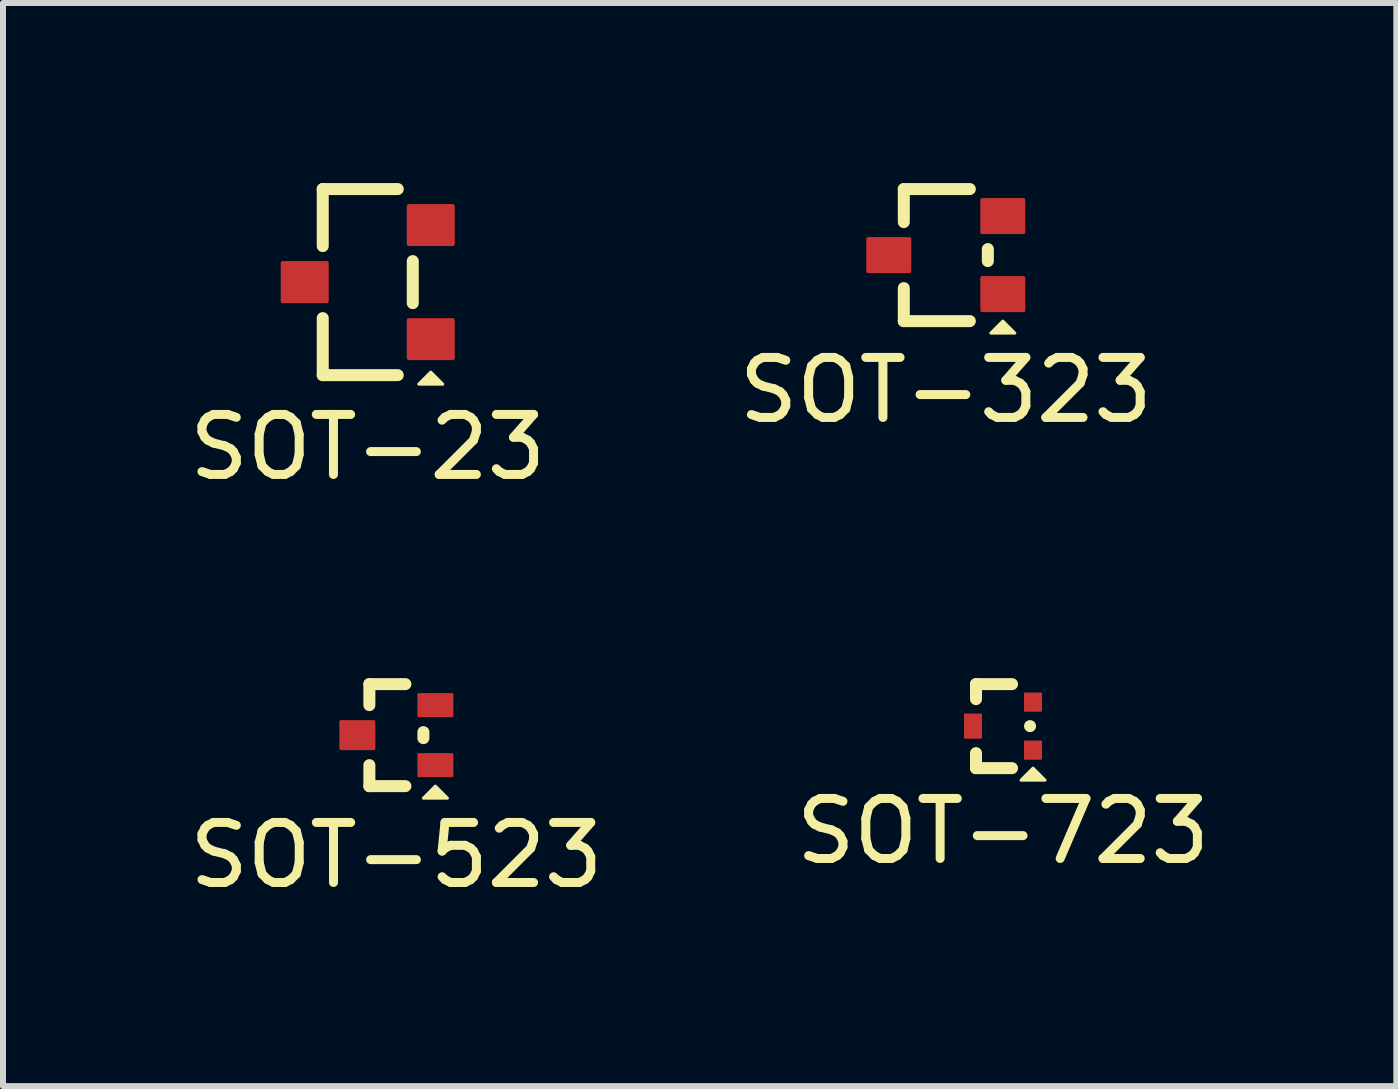
<source format=kicad_pcb>
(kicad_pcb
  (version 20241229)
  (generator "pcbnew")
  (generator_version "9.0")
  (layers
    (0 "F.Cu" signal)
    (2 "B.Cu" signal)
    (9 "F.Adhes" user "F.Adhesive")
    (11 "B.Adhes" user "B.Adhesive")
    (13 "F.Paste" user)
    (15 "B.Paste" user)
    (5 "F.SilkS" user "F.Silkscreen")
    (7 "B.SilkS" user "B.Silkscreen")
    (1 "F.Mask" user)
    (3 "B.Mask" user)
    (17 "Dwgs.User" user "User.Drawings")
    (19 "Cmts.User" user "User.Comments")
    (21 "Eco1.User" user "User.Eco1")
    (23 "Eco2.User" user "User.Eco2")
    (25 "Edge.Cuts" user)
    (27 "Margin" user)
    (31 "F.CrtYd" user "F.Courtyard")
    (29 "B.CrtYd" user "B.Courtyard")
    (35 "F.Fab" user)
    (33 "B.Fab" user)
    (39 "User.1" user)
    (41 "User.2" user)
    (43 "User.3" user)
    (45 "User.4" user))
  (footprint "SOT-723"
    (layer "F.Cu")
    (at 13.661 9.048)
    (property "Reference" "SOT-723" (at 0 1.75 0) (unlocked yes) (layer "F.SilkS") (effects (font (size 1 1) (thickness 0.15))))
    (attr smd)
    (fp_line (start -0.45 -0.7) (end 0.15 -0.7) (stroke (width 0.2) (type solid)) (layer "F.SilkS"))
    (fp_line (start -0.45 -0.45) (end -0.45 -0.7) (stroke (width 0.2) (type solid)) (layer "F.SilkS"))
    (fp_line (start -0.45 0.45) (end -0.45 0.7) (stroke (width 0.2) (type solid)) (layer "F.SilkS"))
    (fp_line (start -0.45 0.7) (end 0.15 0.7) (stroke (width 0.2) (type solid)) (layer "F.SilkS"))
    (fp_line (start 0.45 0) (end 0.45 0) (stroke (width 0.2) (type solid)) (layer "F.SilkS"))
    (fp_poly (pts (xy 0.3 0.9) (xy 0.5 0.7) (xy 0.7 0.9)) (stroke (width 0.05) (type solid)) (fill yes) (layer "F.SilkS"))
    (pad "1" smd roundrect (at 0.5 0.4 90) (size 0.32 0.3) (layers "F.Cu" "F.Mask" "F.Paste") (roundrect_rratio 0.05))
    (pad "2" smd roundrect (at 0.5 -0.4 90) (size 0.32 0.3) (layers "F.Cu" "F.Mask" "F.Paste") (roundrect_rratio 0.05))
    (pad "3" smd roundrect (at -0.5 0 90) (size 0.42 0.3) (layers "F.Cu" "F.Mask" "F.Paste") (roundrect_rratio 0.05)))
  (footprint "SOT-23"
    (layer "F.Cu")
    (at 3.077 1.65)
    (property "Reference" "SOT-23" (at 0 2.75 0) (unlocked yes) (layer "F.SilkS") (effects (font (size 1 1) (thickness 0.15))))
    (attr smd)
    (fp_line (start -0.75 -1.55) (end 0.5 -1.55) (stroke (width 0.2) (type solid)) (layer "F.SilkS"))
    (fp_line (start -0.75 -0.6) (end -0.75 -1.55) (stroke (width 0.2) (type solid)) (layer "F.SilkS"))
    (fp_line (start -0.75 0.6) (end -0.75 1.55) (stroke (width 0.2) (type solid)) (layer "F.SilkS"))
    (fp_line (start -0.75 1.55) (end 0.5 1.55) (stroke (width 0.2) (type solid)) (layer "F.SilkS"))
    (fp_line (start 0.75 -0.35) (end 0.75 0.35) (stroke (width 0.2) (type solid)) (layer "F.SilkS"))
    (fp_poly (pts (xy 0.85 1.7) (xy 1.05 1.5) (xy 1.25 1.7)) (stroke (width 0.05) (type solid)) (fill yes) (layer "F.SilkS"))
    (pad "1" smd roundrect (at 1.05 0.95 90) (size 0.7 0.8) (layers "F.Cu" "F.Mask" "F.Paste") (roundrect_rratio 0.05))
    (pad "2" smd roundrect (at 1.05 -0.95 90) (size 0.7 0.8) (layers "F.Cu" "F.Mask" "F.Paste") (roundrect_rratio 0.05))
    (pad "3" smd roundrect (at -1.05 0 90) (size 0.7 0.8) (layers "F.Cu" "F.Mask" "F.Paste") (roundrect_rratio 0.05)))
  (footprint "SOT-323"
    (layer "F.Cu")
    (at 12.708 1.2)
    (property "Reference" "SOT-323" (at 0 2.25 0) (unlocked yes) (layer "F.SilkS") (effects (font (size 1 1) (thickness 0.15))))
    (attr smd)
    (fp_line (start -0.7 -1.1) (end 0.4 -1.1) (stroke (width 0.2) (type solid)) (layer "F.SilkS"))
    (fp_line (start -0.7 -0.55) (end -0.7 -1.1) (stroke (width 0.2) (type solid)) (layer "F.SilkS"))
    (fp_line (start -0.7 0.55) (end -0.7 1.1) (stroke (width 0.2) (type solid)) (layer "F.SilkS"))
    (fp_line (start -0.7 1.1) (end 0.4 1.1) (stroke (width 0.2) (type solid)) (layer "F.SilkS"))
    (fp_line (start 0.7 -0.1) (end 0.7 0.1) (stroke (width 0.2) (type solid)) (layer "F.SilkS"))
    (fp_poly (pts (xy 0.75 1.3) (xy 0.95 1.1) (xy 1.15 1.3)) (stroke (width 0.05) (type solid)) (fill yes) (layer "F.SilkS"))
    (pad "1" smd roundrect (at 0.95 0.65 90) (size 0.6 0.75) (layers "F.Cu" "F.Mask" "F.Paste") (roundrect_rratio 0.05))
    (pad "2" smd roundrect (at 0.95 -0.65 90) (size 0.6 0.75) (layers "F.Cu" "F.Mask" "F.Paste") (roundrect_rratio 0.05))
    (pad "3" smd roundrect (at -0.95 0 90) (size 0.6 0.75) (layers "F.Cu" "F.Mask" "F.Paste") (roundrect_rratio 0.05)))
  (footprint "SOT-523"
    (layer "F.Cu")
    (at 3.554 9.198)
    (property "Reference" "SOT-523" (at 0 2 0) (unlocked yes) (layer "F.SilkS") (effects (font (size 1 1) (thickness 0.15))))
    (attr smd)
    (fp_line (start -0.45 -0.85) (end 0.15 -0.85) (stroke (width 0.2) (type solid)) (layer "F.SilkS"))
    (fp_line (start -0.45 -0.5) (end -0.45 -0.85) (stroke (width 0.2) (type solid)) (layer "F.SilkS"))
    (fp_line (start -0.45 0.5) (end -0.45 0.85) (stroke (width 0.2) (type solid)) (layer "F.SilkS"))
    (fp_line (start -0.45 0.85) (end 0.15 0.85) (stroke (width 0.2) (type solid)) (layer "F.SilkS"))
    (fp_line (start 0.45 -0.05) (end 0.45 0.05) (stroke (width 0.2) (type solid)) (layer "F.SilkS"))
    (fp_poly (pts (xy 0.45 1.05) (xy 0.65 0.85) (xy 0.85 1.05)) (stroke (width 0.05) (type solid)) (fill yes) (layer "F.SilkS"))
    (pad "1" smd roundrect (at 0.65 0.5 90) (size 0.4 0.6) (layers "F.Cu" "F.Mask" "F.Paste") (roundrect_rratio 0.05))
    (pad "2" smd roundrect (at 0.65 -0.5 90) (size 0.4 0.6) (layers "F.Cu" "F.Mask" "F.Paste") (roundrect_rratio 0.05))
    (pad "3" smd roundrect (at -0.65 0 90) (size 0.5 0.6) (layers "F.Cu" "F.Mask" "F.Paste") (roundrect_rratio 0.05)))
  (gr_rect
    (start -3 -3)
    (end 20.214 15.046)
    (stroke (width 0.1) (type default))
    (fill no)
    (layer "Edge.Cuts")))
</source>
